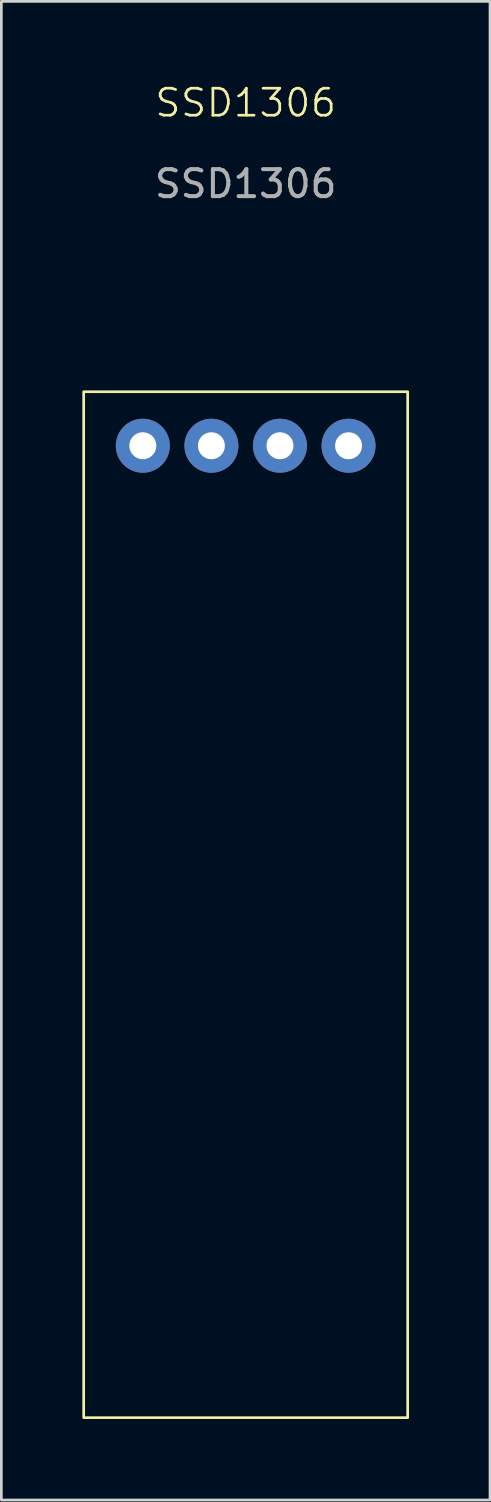
<source format=kicad_pcb>
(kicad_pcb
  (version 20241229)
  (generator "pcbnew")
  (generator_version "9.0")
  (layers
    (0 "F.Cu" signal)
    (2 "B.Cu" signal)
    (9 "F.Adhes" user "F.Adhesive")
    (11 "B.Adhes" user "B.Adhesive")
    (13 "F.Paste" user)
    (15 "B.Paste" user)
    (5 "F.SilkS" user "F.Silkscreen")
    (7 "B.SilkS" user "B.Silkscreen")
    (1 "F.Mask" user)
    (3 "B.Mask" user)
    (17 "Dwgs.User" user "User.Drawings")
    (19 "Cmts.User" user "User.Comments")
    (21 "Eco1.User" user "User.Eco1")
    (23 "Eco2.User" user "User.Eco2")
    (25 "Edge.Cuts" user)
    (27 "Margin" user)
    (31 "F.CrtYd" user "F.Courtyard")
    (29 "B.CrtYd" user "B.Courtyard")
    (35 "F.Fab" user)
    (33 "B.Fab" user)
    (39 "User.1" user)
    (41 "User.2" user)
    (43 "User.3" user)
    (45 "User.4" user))
  (footprint "SSD1306"
    (layer "F.Cu")
    (at 6.05 13.46)
    (property "Reference" "SSD1306" (at 0 -12.7 0) (unlocked yes) (layer "F.SilkS") (effects (font (size 1 1) (thickness 0.1))))
    (attr smd)
    (fp_rect (start -6 -2) (end 6 36) (stroke (width 0.1) (type default)) (fill no) (layer "F.SilkS"))
    (fp_text user "${REFERENCE}" (at 0 -9.7 0) (unlocked yes) (layer "F.Fab") (effects (font (size 1 1) (thickness 0.15))))
    (pad "1" thru_hole circle (at 3.81 0) (size 2 2) (drill 1) (layers "*.Cu" "*.Mask"))
    (pad "2" thru_hole circle (at 1.27 0) (size 2 2) (drill 1) (layers "*.Cu" "*.Mask"))
    (pad "3" thru_hole circle (at -1.27 0) (size 2 2) (drill 1) (layers "*.Cu" "*.Mask"))
    (pad "4" thru_hole circle (at -3.81 0) (size 2 2) (drill 1) (layers "*.Cu" "*.Mask")))
  (gr_rect
    (start -3 -3)
    (end 15.1 52.511)
    (stroke (width 0.1) (type default))
    (fill no)
    (layer "Edge.Cuts")))
</source>
